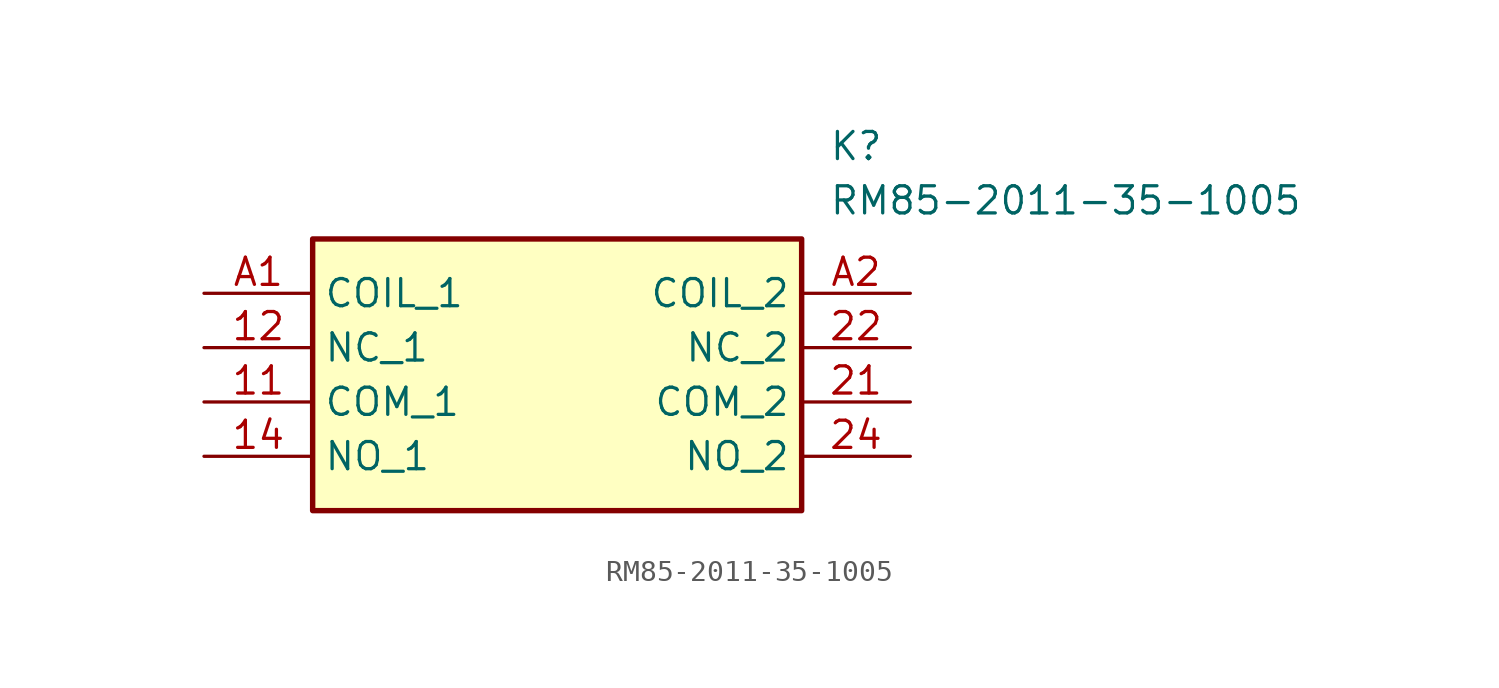
<source format=kicad_sym>
(kicad_symbol_lib
  (version 20241209)
  (generator "kicad_symbol_editor")
  (generator_version "9.0")
  (symbol "RM85-2011-35-1005"
    (property "Reference" "K"
      (at 29.21 7.62 0)
      (effects (font (size 1.27 1.27)) (justify left top)))
    (property "Value" "RM85-2011-35-1005"
      (at 29.21 5.08 0)
      (effects (font (size 1.27 1.27)) (justify left top)))
    (symbol "RM85-2011-35-1005_1_1"
      (rectangle (start 5.08 2.54) (end 27.94 -10.16) (stroke (width 0.254) (type default)) (fill (type background)))
      (pin passive line (at 0 0 0) (length 5.08) (name "COIL_1" (effects (font (size 1.27 1.27)))) (number "A1" (effects (font (size 1.27 1.27)))))
      (pin passive line (at 0 -2.54 0) (length 5.08) (name "NC_1" (effects (font (size 1.27 1.27)))) (number "12" (effects (font (size 1.27 1.27)))))
      (pin passive line (at 0 -5.08 0) (length 5.08) (name "COM_1" (effects (font (size 1.27 1.27)))) (number "11" (effects (font (size 1.27 1.27)))))
      (pin passive line (at 0 -7.62 0) (length 5.08) (name "NO_1" (effects (font (size 1.27 1.27)))) (number "14" (effects (font (size 1.27 1.27)))))
      (pin passive line (at 33.02 0 180) (length 5.08) (name "COIL_2" (effects (font (size 1.27 1.27)))) (number "A2" (effects (font (size 1.27 1.27)))))
      (pin passive line (at 33.02 -2.54 180) (length 5.08) (name "NC_2" (effects (font (size 1.27 1.27)))) (number "22" (effects (font (size 1.27 1.27)))))
      (pin passive line (at 33.02 -5.08 180) (length 5.08) (name "COM_2" (effects (font (size 1.27 1.27)))) (number "21" (effects (font (size 1.27 1.27)))))
      (pin passive line (at 33.02 -7.62 180) (length 5.08) (name "NO_2" (effects (font (size 1.27 1.27)))) (number "24" (effects (font (size 1.27 1.27))))))))
</source>
